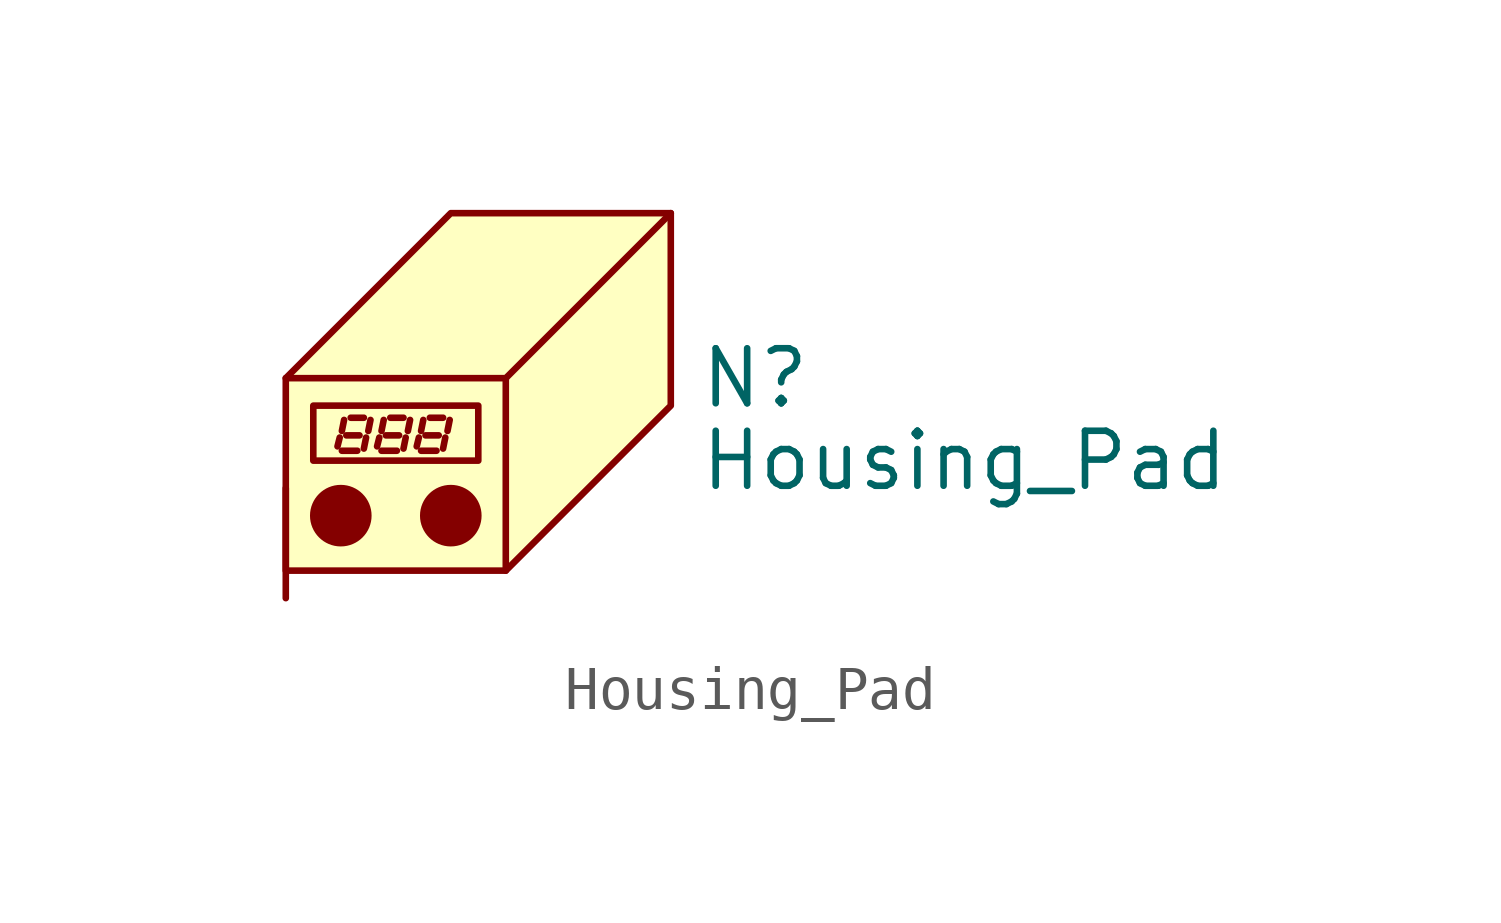
<source format=kicad_sym>
(kicad_symbol_lib
  (version 20201005)
  (generator kicad_symbol_editor)
  (symbol "Housing_Pad"
    (pin_numbers hide)
    (pin_names
      (offset 1.016) hide)
    (property "Reference" "N"
      (at 4.445 0 0)
      (effects (font (size 1.27 1.27)) (justify left)))
    (property "Value" "Housing_Pad"
      (at 4.445 -1.905 0)
      (effects (font (size 1.27 1.27)) (justify left)))
    (symbol "Housing_Pad_0_1"
      (circle (center -3.81 -3.175) (radius 0.635) (stroke (width 0)) (fill (type outline)))
      (circle (center -1.27 -3.175) (radius 0.635) (stroke (width 0)) (fill (type outline)))
      (rectangle (start -4.445 -0.635) (end -0.635 -1.905) (stroke (width 0)) (fill (type none)))
      (polyline (pts (xy -3.886 -1.575) (xy -3.835 -1.372)) (stroke (width 0)) (fill (type none)))
      (polyline (pts (xy -3.785 -1.676) (xy -3.429 -1.676)) (stroke (width 0)) (fill (type none)))
      (polyline (pts (xy -3.785 -1.219) (xy -3.734 -0.965)) (stroke (width 0)) (fill (type none)))
      (polyline (pts (xy -3.683 -1.321) (xy -3.378 -1.321)) (stroke (width 0)) (fill (type none)))
      (polyline (pts (xy -3.581 -0.914) (xy -3.277 -0.914)) (stroke (width 0)) (fill (type none)))
      (polyline (pts (xy -3.277 -1.626) (xy -3.226 -1.372)) (stroke (width 0)) (fill (type none)))
      (polyline (pts (xy -3.175 -1.219) (xy -3.124 -0.965)) (stroke (width 0)) (fill (type none)))
      (polyline (pts (xy -2.972 -1.575) (xy -2.921 -1.372)) (stroke (width 0)) (fill (type none)))
      (polyline (pts (xy -2.87 -1.676) (xy -2.515 -1.676)) (stroke (width 0)) (fill (type none)))
      (polyline (pts (xy -2.87 -1.219) (xy -2.819 -0.965)) (stroke (width 0)) (fill (type none)))
      (polyline (pts (xy -2.769 -1.321) (xy -2.464 -1.321)) (stroke (width 0)) (fill (type none)))
      (polyline (pts (xy -2.667 -0.914) (xy -2.362 -0.914)) (stroke (width 0)) (fill (type none)))
      (polyline (pts (xy -2.362 -1.626) (xy -2.311 -1.372)) (stroke (width 0)) (fill (type none)))
      (polyline (pts (xy -2.261 -1.219) (xy -2.21 -0.965)) (stroke (width 0)) (fill (type none)))
      (polyline (pts (xy -2.057 -1.575) (xy -2.007 -1.372)) (stroke (width 0)) (fill (type none)))
      (polyline (pts (xy -1.956 -1.676) (xy -1.6 -1.676)) (stroke (width 0)) (fill (type none)))
      (polyline (pts (xy -1.956 -1.219) (xy -1.905 -0.965)) (stroke (width 0)) (fill (type none)))
      (polyline (pts (xy -1.854 -1.321) (xy -1.549 -1.321)) (stroke (width 0)) (fill (type none)))
      (polyline (pts (xy -1.753 -0.914) (xy -1.448 -0.914)) (stroke (width 0)) (fill (type none)))
      (polyline (pts (xy -1.448 -1.626) (xy -1.397 -1.372)) (stroke (width 0)) (fill (type none)))
      (polyline (pts (xy -1.346 -1.219) (xy -1.295 -0.965)) (stroke (width 0)) (fill (type none)))
      (polyline (pts (xy 0 0) (xy 0 -4.445)) (stroke (width 0)) (fill (type none)))
      (polyline (pts (xy -5.08 0) (xy 0 0) (xy 3.81 3.81)) (stroke (width 0)) (fill (type none)))
      (polyline (pts (xy -5.08 0) (xy -5.08 -4.445) (xy 0 -4.445) (xy 3.81 -0.635) (xy 3.81 3.81) (xy -1.27 3.81) (xy -5.08 0)) (stroke (width 0)) (fill (type background))))
    (symbol "Housing_Pad_1_1"
      (pin input line (at -5.08 -5.08 90) (length 2.54) (name "PAD" (effects (font (size 1.27 1.27)))) (number "1" (effects (font (size 1.27 1.27))))))))
</source>
